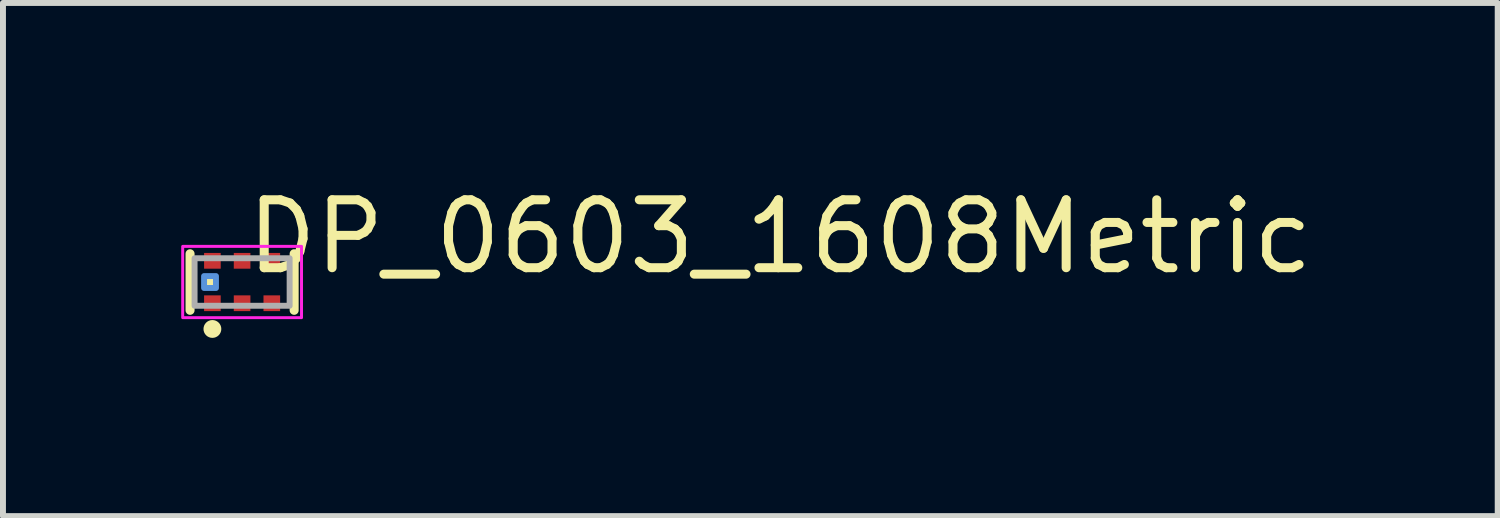
<source format=kicad_pcb>
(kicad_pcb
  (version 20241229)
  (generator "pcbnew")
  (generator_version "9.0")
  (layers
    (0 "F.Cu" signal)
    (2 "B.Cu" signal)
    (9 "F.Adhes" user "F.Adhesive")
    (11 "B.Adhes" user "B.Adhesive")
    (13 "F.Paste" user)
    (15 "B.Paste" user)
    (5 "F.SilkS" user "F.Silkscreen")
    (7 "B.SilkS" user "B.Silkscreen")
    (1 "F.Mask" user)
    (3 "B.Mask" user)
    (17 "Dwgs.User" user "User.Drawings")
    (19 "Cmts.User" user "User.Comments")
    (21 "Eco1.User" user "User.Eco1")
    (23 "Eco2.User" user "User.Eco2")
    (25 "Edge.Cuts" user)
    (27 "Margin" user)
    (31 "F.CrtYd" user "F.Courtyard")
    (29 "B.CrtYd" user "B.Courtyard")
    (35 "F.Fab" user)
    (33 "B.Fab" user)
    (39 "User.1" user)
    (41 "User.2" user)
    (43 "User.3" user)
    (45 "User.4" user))
  (footprint "DP_0603_1608Metric"
    (layer "F.Cu")
    (at 1.025 1.697)
    (property "Reference" "DP_0603_1608Metric" (at 0 -0.762 0) (layer "F.SilkS") (effects (font (size 1.143 1.143) (thickness 0.152)) (justify left)))
    (attr smd)
    (fp_line (start -0.876 0.476) (end -0.876 -0.476) (stroke (width 0.152) (type solid)) (layer "F.SilkS"))
    (fp_line (start 0.876 0.476) (end 0.876 -0.476) (stroke (width 0.152) (type solid)) (layer "F.SilkS"))
    (fp_circle (center -0.5 0.79) (end -0.425 0.79) (stroke (width 0.15) (type solid)) (fill no) (layer "F.SilkS"))
    (fp_poly (pts (xy -0.64 0.1) (xy -0.64 -0.1) (xy -0.44 -0.1) (xy -0.44 0.1)) (stroke (width 0) (type solid)) (fill yes) (layer "F.SilkS"))
    (fp_poly (pts (xy -0.64 0.1) (xy -0.64 -0.1) (xy -0.44 -0.1) (xy -0.44 0.1)) (stroke (width 0.1) (type solid)) (fill no) (layer "Cmts.User"))
    (fp_rect (start -1 -0.6) (end 1 0.6) (stroke (width 0.05) (type default)) (fill no) (layer "F.CrtYd"))
    (fp_rect (start -0.8 -0.4) (end 0.8 0.4) (stroke (width 0.1) (type default)) (fill no) (layer "F.Fab"))
    (pad "1" smd rect (at -0.5 0.357) (size 0.28 0.265) (layers "F.Cu" "F.Mask" "F.Paste"))
    (pad "2" smd rect (at 0 0.357) (size 0.28 0.265) (layers "F.Cu" "F.Mask" "F.Paste"))
    (pad "3" smd rect (at 0.5 0.357) (size 0.28 0.265) (layers "F.Cu" "F.Mask" "F.Paste"))
    (pad "4" smd rect (at 0.5 -0.357) (size 0.28 0.265) (layers "F.Cu" "F.Mask" "F.Paste"))
    (pad "5" smd rect (at 0 -0.357) (size 0.28 0.265) (layers "F.Cu" "F.Mask" "F.Paste"))
    (pad "6" smd rect (at -0.5 -0.357) (size 0.28 0.265) (layers "F.Cu" "F.Mask" "F.Paste")))
  (gr_rect
    (start -3 -3)
    (end 22.159 5.637)
    (stroke (width 0.1) (type default))
    (fill no)
    (layer "Edge.Cuts")))
</source>
